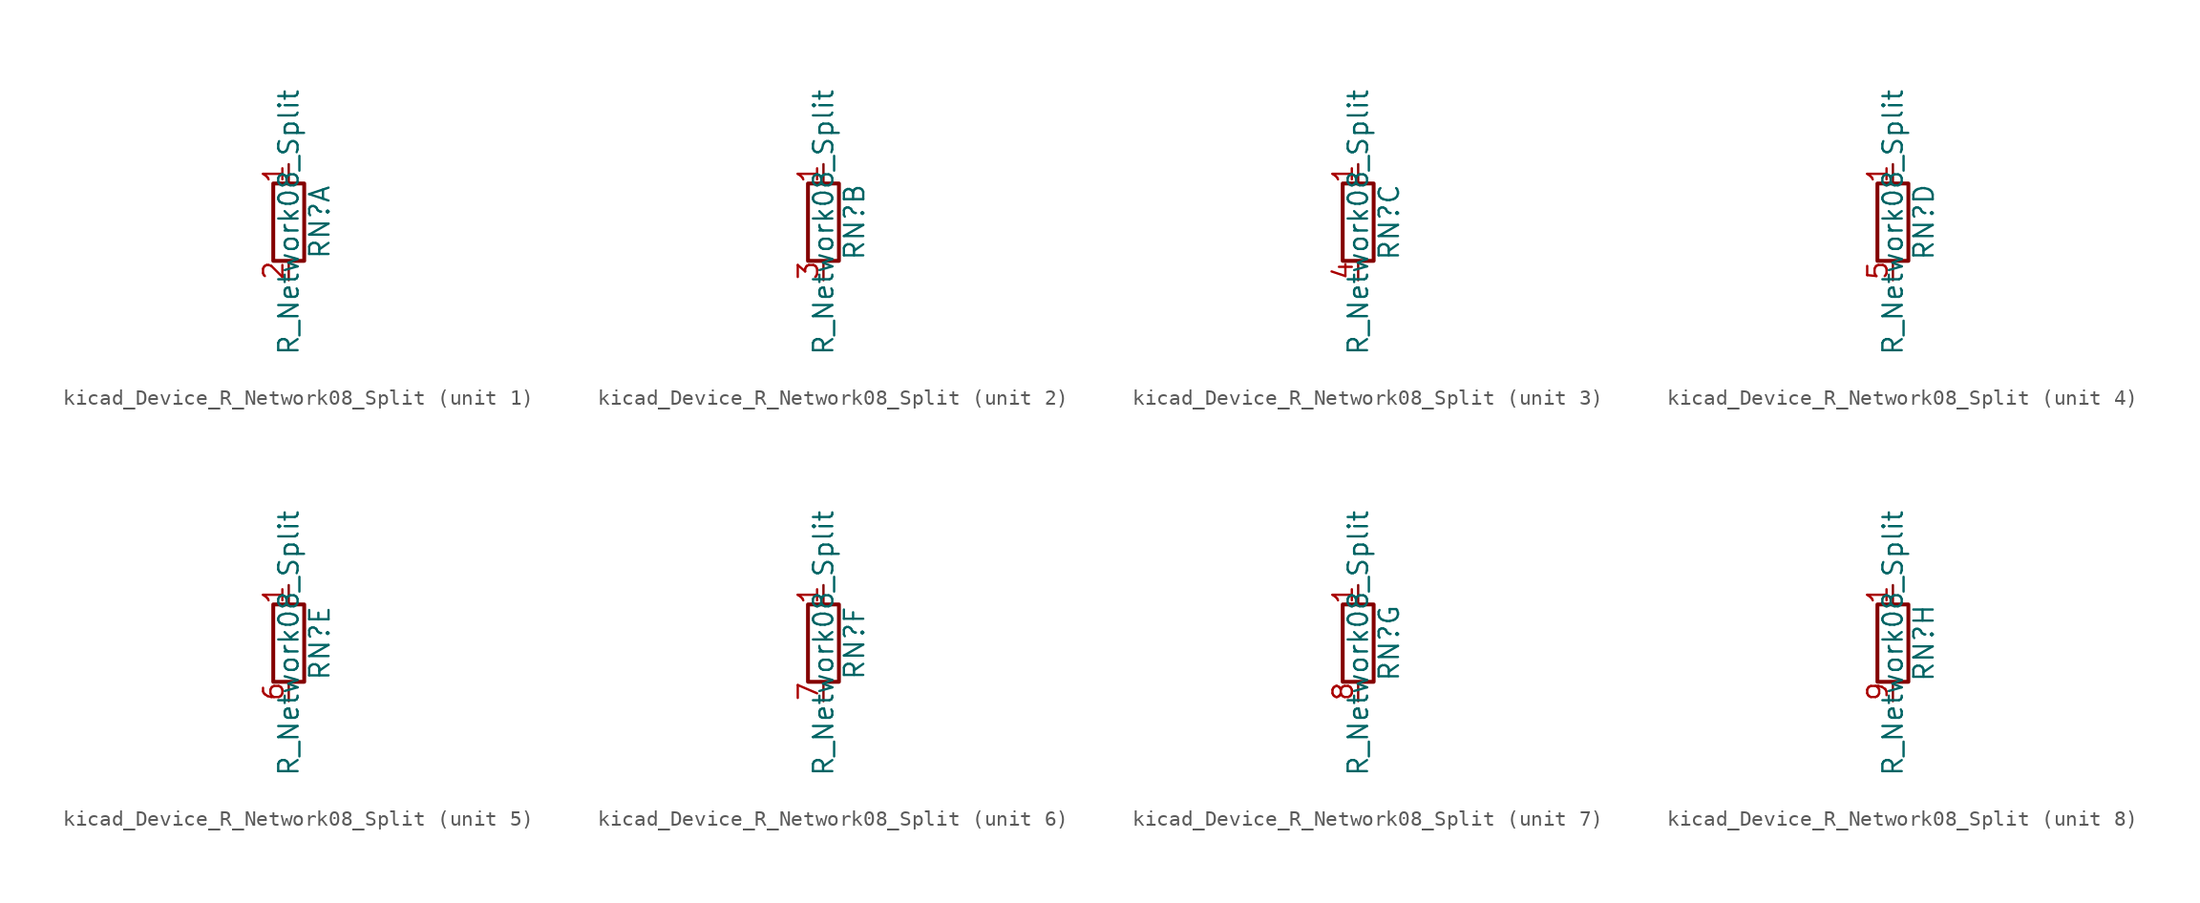
<source format=kicad_sym>
(kicad_symbol_lib
  (version 20220914)
  (generator kicad_symbol_editor)
  (symbol "kicad_Device_R_Network08_Split"
    (pin_names
      (offset 0) hide)
    (property "Reference" "RN"
      (at 2.032 0 90)
      (effects (font (size 1.27 1.27))))
    (property "Value" "R_Network08_Split"
      (at 0 0 90)
      (effects (font (size 1.27 1.27))))
    (symbol "kicad_Device_R_Network08_Split_0_1"
      (rectangle (start 1.016 2.54) (end -1.016 -2.54) (stroke (width 0.254) (type default)) (fill (type none)))
      (pin passive line (at 0 3.81 270) (length 1.27) (name "R1" (effects (font (size 1.27 1.27)))) (number "1" (effects (font (size 1.27 1.27))))))
    (symbol "kicad_Device_R_Network08_Split_1_1"
      (pin passive line (at 0 -3.81 90) (length 1.27) (name "R1.2" (effects (font (size 1.27 1.27)))) (number "2" (effects (font (size 1.27 1.27))))))
    (symbol "kicad_Device_R_Network08_Split_2_1"
      (pin passive line (at 0 -3.81 90) (length 1.27) (name "R2.2" (effects (font (size 1.27 1.27)))) (number "3" (effects (font (size 1.27 1.27))))))
    (symbol "kicad_Device_R_Network08_Split_3_1"
      (pin passive line (at 0 -3.81 90) (length 1.27) (name "R3.2" (effects (font (size 1.27 1.27)))) (number "4" (effects (font (size 1.27 1.27))))))
    (symbol "kicad_Device_R_Network08_Split_4_1"
      (pin passive line (at 0 -3.81 90) (length 1.27) (name "R4.2" (effects (font (size 1.27 1.27)))) (number "5" (effects (font (size 1.27 1.27))))))
    (symbol "kicad_Device_R_Network08_Split_5_1"
      (pin passive line (at 0 -3.81 90) (length 1.27) (name "R5.2" (effects (font (size 1.27 1.27)))) (number "6" (effects (font (size 1.27 1.27))))))
    (symbol "kicad_Device_R_Network08_Split_6_1"
      (pin passive line (at 0 -3.81 90) (length 1.27) (name "R6.2" (effects (font (size 1.27 1.27)))) (number "7" (effects (font (size 1.27 1.27))))))
    (symbol "kicad_Device_R_Network08_Split_7_1"
      (pin passive line (at 0 -3.81 90) (length 1.27) (name "R7.2" (effects (font (size 1.27 1.27)))) (number "8" (effects (font (size 1.27 1.27))))))
    (symbol "kicad_Device_R_Network08_Split_8_1"
      (pin passive line (at 0 -3.81 90) (length 1.27) (name "R8.2" (effects (font (size 1.27 1.27)))) (number "9" (effects (font (size 1.27 1.27))))))))
</source>
